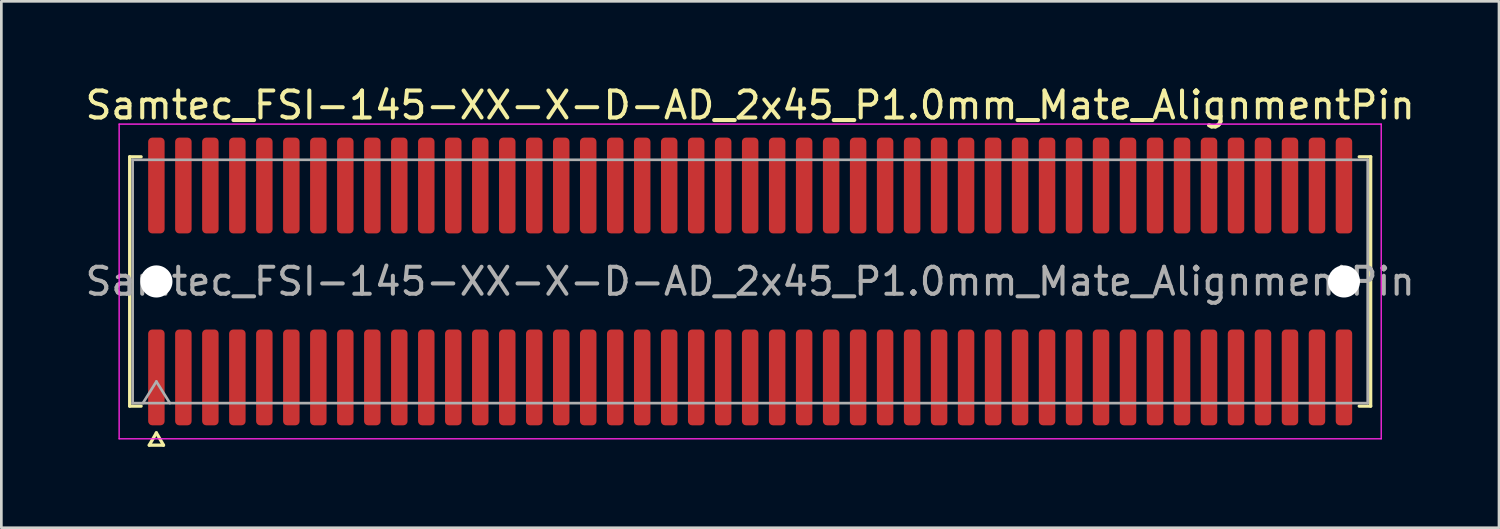
<source format=kicad_pcb>
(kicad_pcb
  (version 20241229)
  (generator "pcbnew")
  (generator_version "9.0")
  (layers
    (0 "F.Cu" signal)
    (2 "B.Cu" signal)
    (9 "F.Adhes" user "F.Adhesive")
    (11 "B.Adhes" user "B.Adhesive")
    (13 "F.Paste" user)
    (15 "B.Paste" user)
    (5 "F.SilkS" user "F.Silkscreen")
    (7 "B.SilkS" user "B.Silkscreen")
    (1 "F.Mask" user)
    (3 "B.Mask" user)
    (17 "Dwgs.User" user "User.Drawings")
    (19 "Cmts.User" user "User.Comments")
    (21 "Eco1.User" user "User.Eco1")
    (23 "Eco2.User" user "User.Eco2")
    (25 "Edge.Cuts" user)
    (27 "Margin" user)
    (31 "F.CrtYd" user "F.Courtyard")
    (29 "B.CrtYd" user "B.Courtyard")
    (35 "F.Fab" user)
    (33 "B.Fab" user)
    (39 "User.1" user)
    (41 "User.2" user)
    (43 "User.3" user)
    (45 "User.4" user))
  (footprint "Samtec_FSI-145-XX-X-D-AD_2x45_P1.0mm_Mate_AlignmentPin"
    (layer "F.Cu")
    (at 24.744 7.378)
    (property "Reference" "Samtec_FSI-145-XX-X-D-AD_2x45_P1.0mm_Mate_AlignmentPin" (at 0 -6.53 0) (layer "F.SilkS") (effects (font (size 1 1) (thickness 0.15))))
    (attr smd exclude_from_pos_files exclude_from_bom)
    (fp_line (start -22.99 -4.619) (end -22.565 -4.619) (stroke (width 0.12) (type solid)) (layer "F.SilkS"))
    (fp_line (start -22.99 4.619) (end -22.99 -4.619) (stroke (width 0.12) (type solid)) (layer "F.SilkS"))
    (fp_line (start -22.565 4.619) (end -22.99 4.619) (stroke (width 0.12) (type solid)) (layer "F.SilkS"))
    (fp_line (start -22.264 6.066) (end -22 5.609) (stroke (width 0.12) (type solid)) (layer "F.SilkS"))
    (fp_line (start -22 5.609) (end -21.736 6.066) (stroke (width 0.12) (type solid)) (layer "F.SilkS"))
    (fp_line (start -21.736 6.066) (end -22.264 6.066) (stroke (width 0.12) (type solid)) (layer "F.SilkS"))
    (fp_line (start 22.565 -4.619) (end 22.99 -4.619) (stroke (width 0.12) (type solid)) (layer "F.SilkS"))
    (fp_line (start 22.99 -4.619) (end 22.99 4.619) (stroke (width 0.12) (type solid)) (layer "F.SilkS"))
    (fp_line (start 22.99 4.619) (end 22.565 4.619) (stroke (width 0.12) (type solid)) (layer "F.SilkS"))
    (fp_line (start -23.38 -5.83) (end -23.38 5.83) (stroke (width 0.05) (type solid)) (layer "F.CrtYd"))
    (fp_line (start -23.38 5.83) (end 23.38 5.83) (stroke (width 0.05) (type solid)) (layer "F.CrtYd"))
    (fp_line (start 23.38 -5.83) (end -23.38 -5.83) (stroke (width 0.05) (type solid)) (layer "F.CrtYd"))
    (fp_line (start 23.38 5.83) (end 23.38 -5.83) (stroke (width 0.05) (type solid)) (layer "F.CrtYd"))
    (fp_line (start -22.88 -4.508) (end 22.88 -4.508) (stroke (width 0.1) (type solid)) (layer "F.Fab"))
    (fp_line (start -22.88 4.508) (end -22.88 -4.508) (stroke (width 0.1) (type solid)) (layer "F.Fab"))
    (fp_line (start -22.5 4.508) (end -22 3.708) (stroke (width 0.1) (type solid)) (layer "F.Fab"))
    (fp_line (start -22 3.708) (end -21.5 4.508) (stroke (width 0.1) (type solid)) (layer "F.Fab"))
    (fp_line (start 22.88 -4.508) (end 22.88 4.508) (stroke (width 0.1) (type solid)) (layer "F.Fab"))
    (fp_line (start 22.88 4.508) (end -22.88 4.508) (stroke (width 0.1) (type solid)) (layer "F.Fab"))
    (fp_text user "${REFERENCE}" (at 0 0 0) (layer "F.Fab") (effects (font (size 1 1) (thickness 0.15))))
    (pad "" np_thru_hole circle (at -22 0) (size 1.19 1.19) (drill 1.19) (layers "*.Cu" "*.Mask"))
    (pad "" np_thru_hole circle (at 22 0) (size 1.19 1.19) (drill 1.19) (layers "*.Cu" "*.Mask"))
    (pad "1" smd roundrect (at -22 3.555) (size 0.61 3.55) (layers "F.Cu" "F.Mask") (roundrect_rratio 0.25))
    (pad "2" smd roundrect (at -22 -3.555) (size 0.61 3.55) (layers "F.Cu" "F.Mask") (roundrect_rratio 0.25))
    (pad "3" smd roundrect (at -21 3.555) (size 0.61 3.55) (layers "F.Cu" "F.Mask") (roundrect_rratio 0.25))
    (pad "4" smd roundrect (at -21 -3.555) (size 0.61 3.55) (layers "F.Cu" "F.Mask") (roundrect_rratio 0.25))
    (pad "5" smd roundrect (at -20 3.555) (size 0.61 3.55) (layers "F.Cu" "F.Mask") (roundrect_rratio 0.25))
    (pad "6" smd roundrect (at -20 -3.555) (size 0.61 3.55) (layers "F.Cu" "F.Mask") (roundrect_rratio 0.25))
    (pad "7" smd roundrect (at -19 3.555) (size 0.61 3.55) (layers "F.Cu" "F.Mask") (roundrect_rratio 0.25))
    (pad "8" smd roundrect (at -19 -3.555) (size 0.61 3.55) (layers "F.Cu" "F.Mask") (roundrect_rratio 0.25))
    (pad "9" smd roundrect (at -18 3.555) (size 0.61 3.55) (layers "F.Cu" "F.Mask") (roundrect_rratio 0.25))
    (pad "10" smd roundrect (at -18 -3.555) (size 0.61 3.55) (layers "F.Cu" "F.Mask") (roundrect_rratio 0.25))
    (pad "11" smd roundrect (at -17 3.555) (size 0.61 3.55) (layers "F.Cu" "F.Mask") (roundrect_rratio 0.25))
    (pad "12" smd roundrect (at -17 -3.555) (size 0.61 3.55) (layers "F.Cu" "F.Mask") (roundrect_rratio 0.25))
    (pad "13" smd roundrect (at -16 3.555) (size 0.61 3.55) (layers "F.Cu" "F.Mask") (roundrect_rratio 0.25))
    (pad "14" smd roundrect (at -16 -3.555) (size 0.61 3.55) (layers "F.Cu" "F.Mask") (roundrect_rratio 0.25))
    (pad "15" smd roundrect (at -15 3.555) (size 0.61 3.55) (layers "F.Cu" "F.Mask") (roundrect_rratio 0.25))
    (pad "16" smd roundrect (at -15 -3.555) (size 0.61 3.55) (layers "F.Cu" "F.Mask") (roundrect_rratio 0.25))
    (pad "17" smd roundrect (at -14 3.555) (size 0.61 3.55) (layers "F.Cu" "F.Mask") (roundrect_rratio 0.25))
    (pad "18" smd roundrect (at -14 -3.555) (size 0.61 3.55) (layers "F.Cu" "F.Mask") (roundrect_rratio 0.25))
    (pad "19" smd roundrect (at -13 3.555) (size 0.61 3.55) (layers "F.Cu" "F.Mask") (roundrect_rratio 0.25))
    (pad "20" smd roundrect (at -13 -3.555) (size 0.61 3.55) (layers "F.Cu" "F.Mask") (roundrect_rratio 0.25))
    (pad "21" smd roundrect (at -12 3.555) (size 0.61 3.55) (layers "F.Cu" "F.Mask") (roundrect_rratio 0.25))
    (pad "22" smd roundrect (at -12 -3.555) (size 0.61 3.55) (layers "F.Cu" "F.Mask") (roundrect_rratio 0.25))
    (pad "23" smd roundrect (at -11 3.555) (size 0.61 3.55) (layers "F.Cu" "F.Mask") (roundrect_rratio 0.25))
    (pad "24" smd roundrect (at -11 -3.555) (size 0.61 3.55) (layers "F.Cu" "F.Mask") (roundrect_rratio 0.25))
    (pad "25" smd roundrect (at -10 3.555) (size 0.61 3.55) (layers "F.Cu" "F.Mask") (roundrect_rratio 0.25))
    (pad "26" smd roundrect (at -10 -3.555) (size 0.61 3.55) (layers "F.Cu" "F.Mask") (roundrect_rratio 0.25))
    (pad "27" smd roundrect (at -9 3.555) (size 0.61 3.55) (layers "F.Cu" "F.Mask") (roundrect_rratio 0.25))
    (pad "28" smd roundrect (at -9 -3.555) (size 0.61 3.55) (layers "F.Cu" "F.Mask") (roundrect_rratio 0.25))
    (pad "29" smd roundrect (at -8 3.555) (size 0.61 3.55) (layers "F.Cu" "F.Mask") (roundrect_rratio 0.25))
    (pad "30" smd roundrect (at -8 -3.555) (size 0.61 3.55) (layers "F.Cu" "F.Mask") (roundrect_rratio 0.25))
    (pad "31" smd roundrect (at -7 3.555) (size 0.61 3.55) (layers "F.Cu" "F.Mask") (roundrect_rratio 0.25))
    (pad "32" smd roundrect (at -7 -3.555) (size 0.61 3.55) (layers "F.Cu" "F.Mask") (roundrect_rratio 0.25))
    (pad "33" smd roundrect (at -6 3.555) (size 0.61 3.55) (layers "F.Cu" "F.Mask") (roundrect_rratio 0.25))
    (pad "34" smd roundrect (at -6 -3.555) (size 0.61 3.55) (layers "F.Cu" "F.Mask") (roundrect_rratio 0.25))
    (pad "35" smd roundrect (at -5 3.555) (size 0.61 3.55) (layers "F.Cu" "F.Mask") (roundrect_rratio 0.25))
    (pad "36" smd roundrect (at -5 -3.555) (size 0.61 3.55) (layers "F.Cu" "F.Mask") (roundrect_rratio 0.25))
    (pad "37" smd roundrect (at -4 3.555) (size 0.61 3.55) (layers "F.Cu" "F.Mask") (roundrect_rratio 0.25))
    (pad "38" smd roundrect (at -4 -3.555) (size 0.61 3.55) (layers "F.Cu" "F.Mask") (roundrect_rratio 0.25))
    (pad "39" smd roundrect (at -3 3.555) (size 0.61 3.55) (layers "F.Cu" "F.Mask") (roundrect_rratio 0.25))
    (pad "40" smd roundrect (at -3 -3.555) (size 0.61 3.55) (layers "F.Cu" "F.Mask") (roundrect_rratio 0.25))
    (pad "41" smd roundrect (at -2 3.555) (size 0.61 3.55) (layers "F.Cu" "F.Mask") (roundrect_rratio 0.25))
    (pad "42" smd roundrect (at -2 -3.555) (size 0.61 3.55) (layers "F.Cu" "F.Mask") (roundrect_rratio 0.25))
    (pad "43" smd roundrect (at -1 3.555) (size 0.61 3.55) (layers "F.Cu" "F.Mask") (roundrect_rratio 0.25))
    (pad "44" smd roundrect (at -1 -3.555) (size 0.61 3.55) (layers "F.Cu" "F.Mask") (roundrect_rratio 0.25))
    (pad "45" smd roundrect (at 0 3.555) (size 0.61 3.55) (layers "F.Cu" "F.Mask") (roundrect_rratio 0.25))
    (pad "46" smd roundrect (at 0 -3.555) (size 0.61 3.55) (layers "F.Cu" "F.Mask") (roundrect_rratio 0.25))
    (pad "47" smd roundrect (at 1 3.555) (size 0.61 3.55) (layers "F.Cu" "F.Mask") (roundrect_rratio 0.25))
    (pad "48" smd roundrect (at 1 -3.555) (size 0.61 3.55) (layers "F.Cu" "F.Mask") (roundrect_rratio 0.25))
    (pad "49" smd roundrect (at 2 3.555) (size 0.61 3.55) (layers "F.Cu" "F.Mask") (roundrect_rratio 0.25))
    (pad "50" smd roundrect (at 2 -3.555) (size 0.61 3.55) (layers "F.Cu" "F.Mask") (roundrect_rratio 0.25))
    (pad "51" smd roundrect (at 3 3.555) (size 0.61 3.55) (layers "F.Cu" "F.Mask") (roundrect_rratio 0.25))
    (pad "52" smd roundrect (at 3 -3.555) (size 0.61 3.55) (layers "F.Cu" "F.Mask") (roundrect_rratio 0.25))
    (pad "53" smd roundrect (at 4 3.555) (size 0.61 3.55) (layers "F.Cu" "F.Mask") (roundrect_rratio 0.25))
    (pad "54" smd roundrect (at 4 -3.555) (size 0.61 3.55) (layers "F.Cu" "F.Mask") (roundrect_rratio 0.25))
    (pad "55" smd roundrect (at 5 3.555) (size 0.61 3.55) (layers "F.Cu" "F.Mask") (roundrect_rratio 0.25))
    (pad "56" smd roundrect (at 5 -3.555) (size 0.61 3.55) (layers "F.Cu" "F.Mask") (roundrect_rratio 0.25))
    (pad "57" smd roundrect (at 6 3.555) (size 0.61 3.55) (layers "F.Cu" "F.Mask") (roundrect_rratio 0.25))
    (pad "58" smd roundrect (at 6 -3.555) (size 0.61 3.55) (layers "F.Cu" "F.Mask") (roundrect_rratio 0.25))
    (pad "59" smd roundrect (at 7 3.555) (size 0.61 3.55) (layers "F.Cu" "F.Mask") (roundrect_rratio 0.25))
    (pad "60" smd roundrect (at 7 -3.555) (size 0.61 3.55) (layers "F.Cu" "F.Mask") (roundrect_rratio 0.25))
    (pad "61" smd roundrect (at 8 3.555) (size 0.61 3.55) (layers "F.Cu" "F.Mask") (roundrect_rratio 0.25))
    (pad "62" smd roundrect (at 8 -3.555) (size 0.61 3.55) (layers "F.Cu" "F.Mask") (roundrect_rratio 0.25))
    (pad "63" smd roundrect (at 9 3.555) (size 0.61 3.55) (layers "F.Cu" "F.Mask") (roundrect_rratio 0.25))
    (pad "64" smd roundrect (at 9 -3.555) (size 0.61 3.55) (layers "F.Cu" "F.Mask") (roundrect_rratio 0.25))
    (pad "65" smd roundrect (at 10 3.555) (size 0.61 3.55) (layers "F.Cu" "F.Mask") (roundrect_rratio 0.25))
    (pad "66" smd roundrect (at 10 -3.555) (size 0.61 3.55) (layers "F.Cu" "F.Mask") (roundrect_rratio 0.25))
    (pad "67" smd roundrect (at 11 3.555) (size 0.61 3.55) (layers "F.Cu" "F.Mask") (roundrect_rratio 0.25))
    (pad "68" smd roundrect (at 11 -3.555) (size 0.61 3.55) (layers "F.Cu" "F.Mask") (roundrect_rratio 0.25))
    (pad "69" smd roundrect (at 12 3.555) (size 0.61 3.55) (layers "F.Cu" "F.Mask") (roundrect_rratio 0.25))
    (pad "70" smd roundrect (at 12 -3.555) (size 0.61 3.55) (layers "F.Cu" "F.Mask") (roundrect_rratio 0.25))
    (pad "71" smd roundrect (at 13 3.555) (size 0.61 3.55) (layers "F.Cu" "F.Mask") (roundrect_rratio 0.25))
    (pad "72" smd roundrect (at 13 -3.555) (size 0.61 3.55) (layers "F.Cu" "F.Mask") (roundrect_rratio 0.25))
    (pad "73" smd roundrect (at 14 3.555) (size 0.61 3.55) (layers "F.Cu" "F.Mask") (roundrect_rratio 0.25))
    (pad "74" smd roundrect (at 14 -3.555) (size 0.61 3.55) (layers "F.Cu" "F.Mask") (roundrect_rratio 0.25))
    (pad "75" smd roundrect (at 15 3.555) (size 0.61 3.55) (layers "F.Cu" "F.Mask") (roundrect_rratio 0.25))
    (pad "76" smd roundrect (at 15 -3.555) (size 0.61 3.55) (layers "F.Cu" "F.Mask") (roundrect_rratio 0.25))
    (pad "77" smd roundrect (at 16 3.555) (size 0.61 3.55) (layers "F.Cu" "F.Mask") (roundrect_rratio 0.25))
    (pad "78" smd roundrect (at 16 -3.555) (size 0.61 3.55) (layers "F.Cu" "F.Mask") (roundrect_rratio 0.25))
    (pad "79" smd roundrect (at 17 3.555) (size 0.61 3.55) (layers "F.Cu" "F.Mask") (roundrect_rratio 0.25))
    (pad "80" smd roundrect (at 17 -3.555) (size 0.61 3.55) (layers "F.Cu" "F.Mask") (roundrect_rratio 0.25))
    (pad "81" smd roundrect (at 18 3.555) (size 0.61 3.55) (layers "F.Cu" "F.Mask") (roundrect_rratio 0.25))
    (pad "82" smd roundrect (at 18 -3.555) (size 0.61 3.55) (layers "F.Cu" "F.Mask") (roundrect_rratio 0.25))
    (pad "83" smd roundrect (at 19 3.555) (size 0.61 3.55) (layers "F.Cu" "F.Mask") (roundrect_rratio 0.25))
    (pad "84" smd roundrect (at 19 -3.555) (size 0.61 3.55) (layers "F.Cu" "F.Mask") (roundrect_rratio 0.25))
    (pad "85" smd roundrect (at 20 3.555) (size 0.61 3.55) (layers "F.Cu" "F.Mask") (roundrect_rratio 0.25))
    (pad "86" smd roundrect (at 20 -3.555) (size 0.61 3.55) (layers "F.Cu" "F.Mask") (roundrect_rratio 0.25))
    (pad "87" smd roundrect (at 21 3.555) (size 0.61 3.55) (layers "F.Cu" "F.Mask") (roundrect_rratio 0.25))
    (pad "88" smd roundrect (at 21 -3.555) (size 0.61 3.55) (layers "F.Cu" "F.Mask") (roundrect_rratio 0.25))
    (pad "89" smd roundrect (at 22 3.555) (size 0.61 3.55) (layers "F.Cu" "F.Mask") (roundrect_rratio 0.25))
    (pad "90" smd roundrect (at 22 -3.555) (size 0.61 3.55) (layers "F.Cu" "F.Mask") (roundrect_rratio 0.25)))
  (gr_rect
    (start -3 -3)
    (end 52.488 16.504)
    (stroke (width 0.1) (type default))
    (fill no)
    (layer "Edge.Cuts")))
</source>
